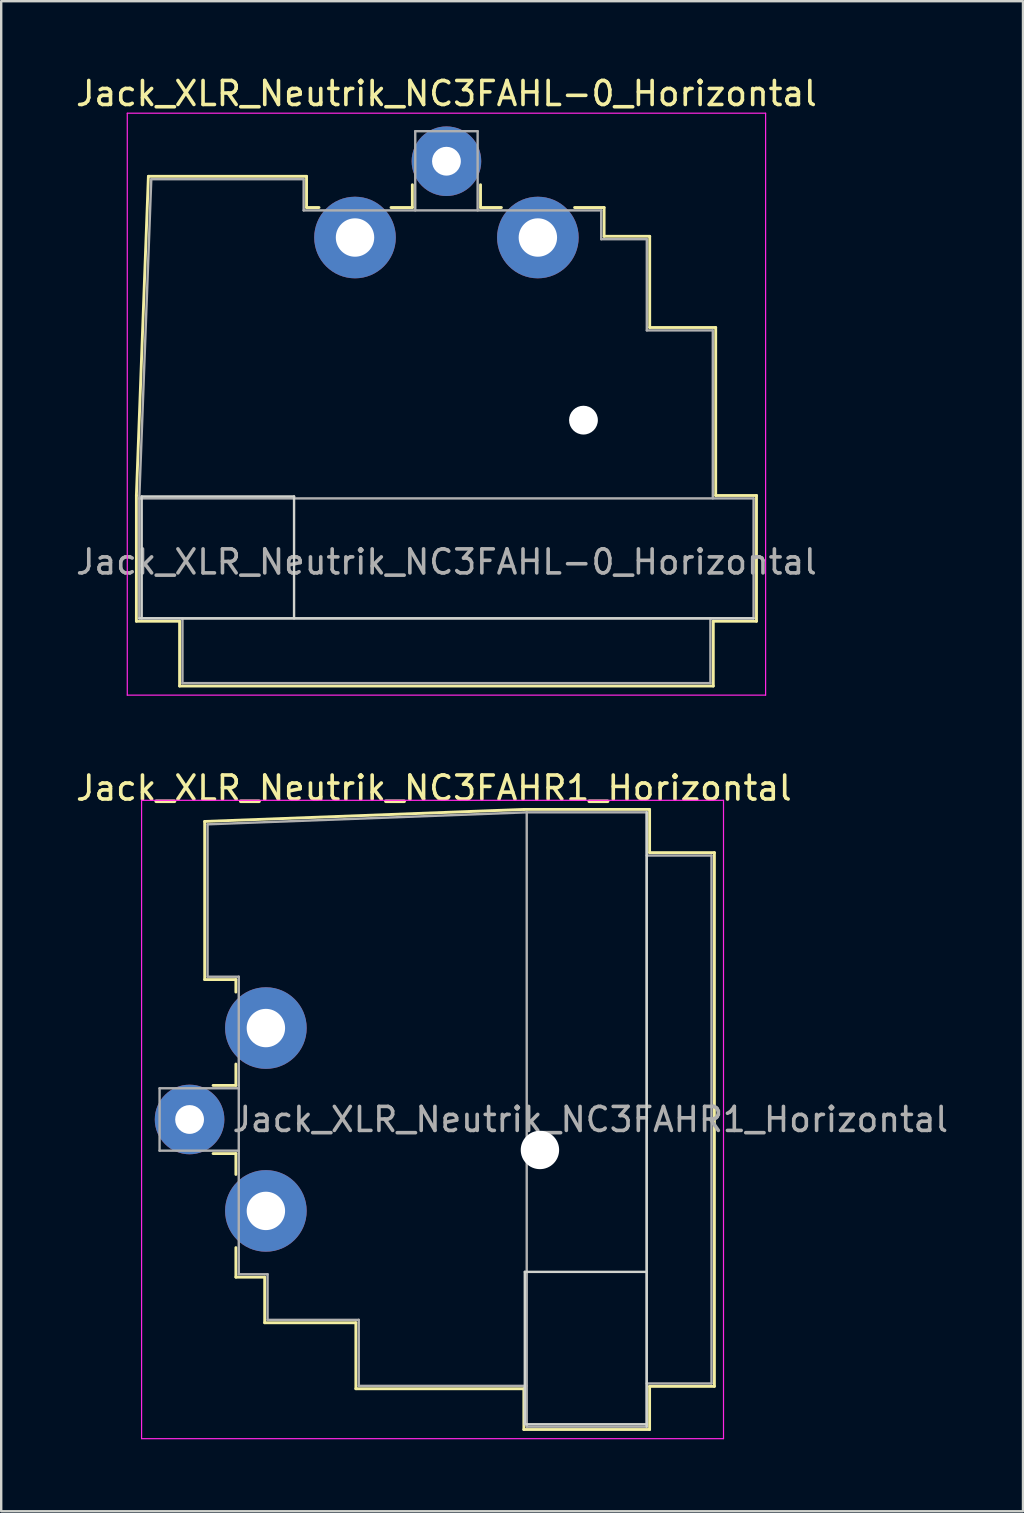
<source format=kicad_pcb>
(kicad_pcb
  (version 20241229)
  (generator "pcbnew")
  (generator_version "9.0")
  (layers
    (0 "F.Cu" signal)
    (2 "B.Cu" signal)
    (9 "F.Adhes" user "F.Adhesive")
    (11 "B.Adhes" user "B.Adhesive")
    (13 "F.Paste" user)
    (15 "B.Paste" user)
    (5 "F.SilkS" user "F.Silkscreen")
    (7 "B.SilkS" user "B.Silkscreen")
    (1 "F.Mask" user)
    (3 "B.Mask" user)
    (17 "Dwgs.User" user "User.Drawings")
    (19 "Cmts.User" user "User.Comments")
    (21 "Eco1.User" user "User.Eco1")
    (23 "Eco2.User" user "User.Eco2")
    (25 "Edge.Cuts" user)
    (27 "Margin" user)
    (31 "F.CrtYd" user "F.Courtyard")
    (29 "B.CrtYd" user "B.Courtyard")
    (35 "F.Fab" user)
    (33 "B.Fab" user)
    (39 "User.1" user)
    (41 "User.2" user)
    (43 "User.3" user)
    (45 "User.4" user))
  (footprint "Jack_XLR_Neutrik_NC3FAHR1_Horizontal"
    (layer "F.Cu")
    (at 8.03 39.791)
    (property "Reference" "Jack_XLR_Neutrik_NC3FAHR1_Horizontal" (at 7 -10 0) (layer "F.SilkS") (effects (font (size 1 1) (thickness 0.15))))
    (attr through_hole)
    (fp_line (start -2.55 -8.61) (end -2.55 -2.02) (stroke (width 0.12) (type solid)) (layer "F.SilkS"))
    (fp_line (start -2.55 -2.02) (end -1.25 -2.02) (stroke (width 0.12) (type solid)) (layer "F.SilkS"))
    (fp_line (start -1.25 -2.02) (end -1.25 -1.5) (stroke (width 0.12) (type solid)) (layer "F.SilkS"))
    (fp_line (start -1.25 1.5) (end -1.25 2.39) (stroke (width 0.12) (type solid)) (layer "F.SilkS"))
    (fp_line (start -1.25 2.39) (end -2.2 2.39) (stroke (width 0.12) (type solid)) (layer "F.SilkS"))
    (fp_line (start -1.25 5.23) (end -2.2 5.23) (stroke (width 0.12) (type solid)) (layer "F.SilkS"))
    (fp_line (start -1.25 5.23) (end -1.25 6.1) (stroke (width 0.12) (type solid)) (layer "F.SilkS"))
    (fp_line (start -1.25 9.15) (end -1.25 10.38) (stroke (width 0.12) (type solid)) (layer "F.SilkS"))
    (fp_line (start -0.05 10.38) (end -1.25 10.38) (stroke (width 0.12) (type solid)) (layer "F.SilkS"))
    (fp_line (start -0.05 10.38) (end -0.05 12.28) (stroke (width 0.12) (type solid)) (layer "F.SilkS"))
    (fp_line (start 3.75 12.28) (end -0.05 12.28) (stroke (width 0.12) (type solid)) (layer "F.SilkS"))
    (fp_line (start 3.75 12.28) (end 3.75 15.03) (stroke (width 0.12) (type solid)) (layer "F.SilkS"))
    (fp_line (start 10.75 -9.11) (end -2.55 -8.61) (stroke (width 0.12) (type solid)) (layer "F.SilkS"))
    (fp_line (start 10.75 15.03) (end 3.75 15.03) (stroke (width 0.12) (type solid)) (layer "F.SilkS"))
    (fp_line (start 10.75 16.73) (end 10.75 15.03) (stroke (width 0.12) (type solid)) (layer "F.SilkS"))
    (fp_line (start 15.99 -9.11) (end 10.75 -9.11) (stroke (width 0.12) (type solid)) (layer "F.SilkS"))
    (fp_line (start 15.99 -9.11) (end 15.99 -7.31) (stroke (width 0.12) (type solid)) (layer "F.SilkS"))
    (fp_line (start 15.99 -7.31) (end 18.69 -7.31) (stroke (width 0.12) (type solid)) (layer "F.SilkS"))
    (fp_line (start 15.99 14.93) (end 15.99 16.73) (stroke (width 0.12) (type solid)) (layer "F.SilkS"))
    (fp_line (start 15.99 14.93) (end 18.69 14.93) (stroke (width 0.12) (type solid)) (layer "F.SilkS"))
    (fp_line (start 15.99 16.73) (end 10.75 16.73) (stroke (width 0.12) (type solid)) (layer "F.SilkS"))
    (fp_line (start 18.69 -7.31) (end 18.69 14.93) (stroke (width 0.12) (type solid)) (layer "F.SilkS"))
    (fp_line (start 10.79 10.16) (end 10.79 16.51) (stroke (width 0.1) (type solid)) (layer "Edge.Cuts"))
    (fp_line (start 10.79 16.51) (end 15.87 16.51) (stroke (width 0.1) (type solid)) (layer "Edge.Cuts"))
    (fp_line (start 15.87 -8.99) (end 15.87 16.61) (stroke (width 0.1) (type solid)) (layer "Edge.Cuts"))
    (fp_line (start 15.87 10.16) (end 10.79 10.16) (stroke (width 0.1) (type solid)) (layer "Edge.Cuts"))
    (fp_line (start -5.18 -9.49) (end -5.18 17.11) (stroke (width 0.05) (type solid)) (layer "F.CrtYd"))
    (fp_line (start 19.07 -9.49) (end -5.18 -9.49) (stroke (width 0.05) (type solid)) (layer "F.CrtYd"))
    (fp_line (start 19.07 -9.49) (end 19.07 17.11) (stroke (width 0.05) (type solid)) (layer "F.CrtYd"))
    (fp_line (start 19.07 17.11) (end -5.18 17.11) (stroke (width 0.05) (type solid)) (layer "F.CrtYd"))
    (fp_line (start -4.43 2.51) (end -4.43 5.11) (stroke (width 0.1) (type solid)) (layer "F.Fab"))
    (fp_line (start -4.43 2.51) (end -1.13 2.51) (stroke (width 0.1) (type solid)) (layer "F.Fab"))
    (fp_line (start -4.43 5.11) (end -1.13 5.11) (stroke (width 0.1) (type solid)) (layer "F.Fab"))
    (fp_line (start -2.43 -8.49) (end -2.43 -2.14) (stroke (width 0.1) (type solid)) (layer "F.Fab"))
    (fp_line (start -2.43 -8.49) (end 10.87 -8.99) (stroke (width 0.1) (type solid)) (layer "F.Fab"))
    (fp_line (start -1.13 -2.14) (end -2.43 -2.14) (stroke (width 0.1) (type solid)) (layer "F.Fab"))
    (fp_line (start -1.13 -2.14) (end -1.13 10.26) (stroke (width 0.1) (type solid)) (layer "F.Fab"))
    (fp_line (start -1.13 10.26) (end 0.07 10.26) (stroke (width 0.1) (type solid)) (layer "F.Fab"))
    (fp_line (start 0.07 10.26) (end 0.07 12.16) (stroke (width 0.1) (type solid)) (layer "F.Fab"))
    (fp_line (start 0.07 12.16) (end 3.87 12.16) (stroke (width 0.1) (type solid)) (layer "F.Fab"))
    (fp_line (start 3.87 12.16) (end 3.87 14.91) (stroke (width 0.1) (type solid)) (layer "F.Fab"))
    (fp_line (start 3.87 14.91) (end 10.87 14.91) (stroke (width 0.1) (type solid)) (layer "F.Fab"))
    (fp_line (start 10.87 -8.99) (end 15.87 -8.99) (stroke (width 0.1) (type solid)) (layer "F.Fab"))
    (fp_line (start 10.87 16.61) (end 10.87 -8.99) (stroke (width 0.1) (type solid)) (layer "F.Fab"))
    (fp_line (start 15.87 -8.99) (end 15.87 16.61) (stroke (width 0.1) (type solid)) (layer "F.Fab"))
    (fp_line (start 15.87 -7.19) (end 18.57 -7.19) (stroke (width 0.1) (type solid)) (layer "F.Fab"))
    (fp_line (start 15.87 16.61) (end 10.87 16.61) (stroke (width 0.1) (type solid)) (layer "F.Fab"))
    (fp_line (start 18.57 -7.19) (end 18.57 14.81) (stroke (width 0.1) (type solid)) (layer "F.Fab"))
    (fp_line (start 18.57 14.81) (end 15.87 14.81) (stroke (width 0.1) (type solid)) (layer "F.Fab"))
    (fp_text user "${REFERENCE}" (at 13.52 3.81 0) (layer "F.Fab") (effects (font (size 1 1) (thickness 0.15))))
    (pad "" np_thru_hole circle (at 11.42 5.08) (size 1.6 1.6) (drill 1.6) (layers "*.Cu" "*.Mask"))
    (pad "1" thru_hole circle (at 0 0) (size 3.4 3.4) (drill 1.6) (layers "*.Cu" "*.Mask"))
    (pad "2" thru_hole circle (at -3.18 3.81) (size 2.9 2.9) (drill 1.2) (layers "*.Cu" "*.Mask"))
    (pad "3" thru_hole circle (at 0 7.62) (size 3.4 3.4) (drill 1.6) (layers "*.Cu" "*.Mask")))
  (footprint "Jack_XLR_Neutrik_NC3FAHL-0_Horizontal"
    (layer "F.Cu")
    (at 11.744 6.848)
    (property "Reference" "Jack_XLR_Neutrik_NC3FAHL-0_Horizontal" (at 3.81 -6 0) (layer "F.SilkS") (effects (font (size 1 1) (thickness 0.15))))
    (attr through_hole)
    (fp_line (start -9.11 10.75) (end -8.61 -2.55) (stroke (width 0.12) (type solid)) (layer "F.SilkS"))
    (fp_line (start -9.11 15.99) (end -9.11 10.75) (stroke (width 0.12) (type solid)) (layer "F.SilkS"))
    (fp_line (start -8.61 -2.55) (end -2.02 -2.55) (stroke (width 0.12) (type solid)) (layer "F.SilkS"))
    (fp_line (start -7.31 15.99) (end -9.11 15.99) (stroke (width 0.12) (type solid)) (layer "F.SilkS"))
    (fp_line (start -7.31 15.99) (end -7.31 18.69) (stroke (width 0.12) (type solid)) (layer "F.SilkS"))
    (fp_line (start -2.02 -2.55) (end -2.02 -1.25) (stroke (width 0.12) (type solid)) (layer "F.SilkS"))
    (fp_line (start -2.02 -1.25) (end -1.5 -1.25) (stroke (width 0.12) (type solid)) (layer "F.SilkS"))
    (fp_line (start 1.5 -1.25) (end 2.39 -1.25) (stroke (width 0.12) (type solid)) (layer "F.SilkS"))
    (fp_line (start 2.39 -1.25) (end 2.39 -2.2) (stroke (width 0.12) (type solid)) (layer "F.SilkS"))
    (fp_line (start 5.23 -1.25) (end 5.23 -2.2) (stroke (width 0.12) (type solid)) (layer "F.SilkS"))
    (fp_line (start 5.23 -1.25) (end 6.1 -1.25) (stroke (width 0.12) (type solid)) (layer "F.SilkS"))
    (fp_line (start 9.15 -1.25) (end 10.38 -1.25) (stroke (width 0.12) (type solid)) (layer "F.SilkS"))
    (fp_line (start 10.38 -0.05) (end 10.38 -1.25) (stroke (width 0.12) (type solid)) (layer "F.SilkS"))
    (fp_line (start 10.38 -0.05) (end 12.28 -0.05) (stroke (width 0.12) (type solid)) (layer "F.SilkS"))
    (fp_line (start 12.28 3.75) (end 12.28 -0.05) (stroke (width 0.12) (type solid)) (layer "F.SilkS"))
    (fp_line (start 12.28 3.75) (end 15.03 3.75) (stroke (width 0.12) (type solid)) (layer "F.SilkS"))
    (fp_line (start 14.93 15.99) (end 14.93 18.69) (stroke (width 0.12) (type solid)) (layer "F.SilkS"))
    (fp_line (start 14.93 18.69) (end -7.31 18.69) (stroke (width 0.12) (type solid)) (layer "F.SilkS"))
    (fp_line (start 15.03 10.75) (end 15.03 3.75) (stroke (width 0.12) (type solid)) (layer "F.SilkS"))
    (fp_line (start 15.03 10.75) (end 16.73 10.75) (stroke (width 0.12) (type solid)) (layer "F.SilkS"))
    (fp_line (start 16.73 15.99) (end 14.93 15.99) (stroke (width 0.12) (type solid)) (layer "F.SilkS"))
    (fp_line (start 16.73 15.99) (end 16.73 10.75) (stroke (width 0.12) (type solid)) (layer "F.SilkS"))
    (fp_line (start -8.89 10.79) (end -8.89 15.87) (stroke (width 0.1) (type solid)) (layer "Edge.Cuts"))
    (fp_line (start -2.54 10.79) (end -8.89 10.79) (stroke (width 0.1) (type solid)) (layer "Edge.Cuts"))
    (fp_line (start -2.54 15.87) (end -2.54 10.79) (stroke (width 0.1) (type solid)) (layer "Edge.Cuts"))
    (fp_line (start 16.61 15.87) (end -8.99 15.87) (stroke (width 0.1) (type solid)) (layer "Edge.Cuts"))
    (fp_line (start -9.49 19.07) (end -9.49 -5.18) (stroke (width 0.05) (type solid)) (layer "F.CrtYd"))
    (fp_line (start 17.11 -5.18) (end -9.49 -5.18) (stroke (width 0.05) (type solid)) (layer "F.CrtYd"))
    (fp_line (start 17.11 19.07) (end -9.49 19.07) (stroke (width 0.05) (type solid)) (layer "F.CrtYd"))
    (fp_line (start 17.11 19.07) (end 17.11 -5.18) (stroke (width 0.05) (type solid)) (layer "F.CrtYd"))
    (fp_line (start -8.99 10.87) (end 16.61 10.87) (stroke (width 0.1) (type solid)) (layer "F.Fab"))
    (fp_line (start -8.99 15.87) (end -8.99 10.87) (stroke (width 0.1) (type solid)) (layer "F.Fab"))
    (fp_line (start -8.49 -2.43) (end -8.99 10.87) (stroke (width 0.1) (type solid)) (layer "F.Fab"))
    (fp_line (start -8.49 -2.43) (end -2.14 -2.43) (stroke (width 0.1) (type solid)) (layer "F.Fab"))
    (fp_line (start -7.19 18.57) (end -7.19 15.87) (stroke (width 0.1) (type solid)) (layer "F.Fab"))
    (fp_line (start -2.14 -1.13) (end -2.14 -2.43) (stroke (width 0.1) (type solid)) (layer "F.Fab"))
    (fp_line (start -2.14 -1.13) (end 10.26 -1.13) (stroke (width 0.1) (type solid)) (layer "F.Fab"))
    (fp_line (start 2.51 -4.43) (end 2.51 -1.13) (stroke (width 0.1) (type solid)) (layer "F.Fab"))
    (fp_line (start 2.51 -4.43) (end 5.11 -4.43) (stroke (width 0.1) (type solid)) (layer "F.Fab"))
    (fp_line (start 5.11 -4.43) (end 5.11 -1.13) (stroke (width 0.1) (type solid)) (layer "F.Fab"))
    (fp_line (start 10.26 -1.13) (end 10.26 0.07) (stroke (width 0.1) (type solid)) (layer "F.Fab"))
    (fp_line (start 10.26 0.07) (end 12.16 0.07) (stroke (width 0.1) (type solid)) (layer "F.Fab"))
    (fp_line (start 12.16 0.07) (end 12.16 3.87) (stroke (width 0.1) (type solid)) (layer "F.Fab"))
    (fp_line (start 12.16 3.87) (end 14.91 3.87) (stroke (width 0.1) (type solid)) (layer "F.Fab"))
    (fp_line (start 14.81 15.87) (end 14.81 18.57) (stroke (width 0.1) (type solid)) (layer "F.Fab"))
    (fp_line (start 14.81 18.57) (end -7.19 18.57) (stroke (width 0.1) (type solid)) (layer "F.Fab"))
    (fp_line (start 14.91 3.87) (end 14.91 10.87) (stroke (width 0.1) (type solid)) (layer "F.Fab"))
    (fp_line (start 16.61 10.87) (end 16.61 15.87) (stroke (width 0.1) (type solid)) (layer "F.Fab"))
    (fp_line (start 16.61 15.87) (end -8.99 15.87) (stroke (width 0.1) (type solid)) (layer "F.Fab"))
    (fp_text user "${REFERENCE}" (at 3.81 13.52 0) (layer "F.Fab") (effects (font (size 1 1) (thickness 0.15))))
    (pad "" np_thru_hole circle (at 9.52 7.61) (size 1.2 1.2) (drill 1.2) (layers "*.Cu" "*.Mask"))
    (pad "1" thru_hole circle (at 0 0) (size 3.4 3.4) (drill 1.6) (layers "*.Cu" "*.Mask"))
    (pad "2" thru_hole circle (at 3.81 -3.18) (size 2.9 2.9) (drill 1.2) (layers "*.Cu" "*.Mask"))
    (pad "3" thru_hole circle (at 7.62 0) (size 3.4 3.4) (drill 1.6) (layers "*.Cu" "*.Mask")))
  (gr_rect
    (start -3 -3)
    (end 39.58 59.926)
    (stroke (width 0.1) (type default))
    (fill no)
    (layer "Edge.Cuts")))
</source>
